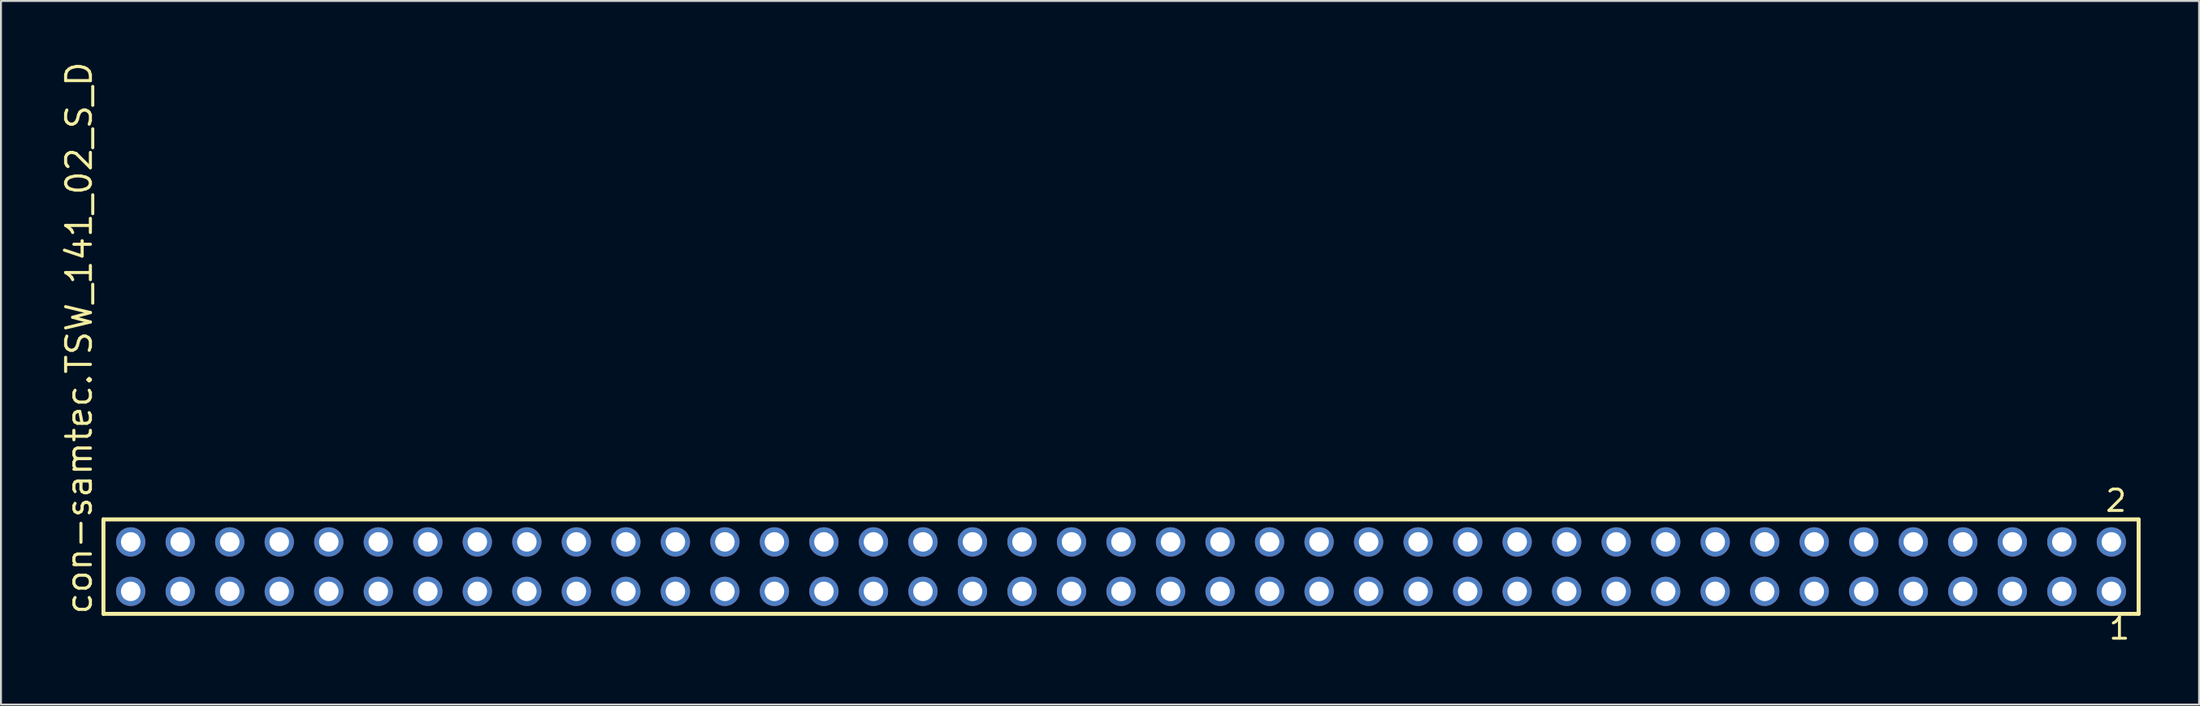
<source format=kicad_pcb>
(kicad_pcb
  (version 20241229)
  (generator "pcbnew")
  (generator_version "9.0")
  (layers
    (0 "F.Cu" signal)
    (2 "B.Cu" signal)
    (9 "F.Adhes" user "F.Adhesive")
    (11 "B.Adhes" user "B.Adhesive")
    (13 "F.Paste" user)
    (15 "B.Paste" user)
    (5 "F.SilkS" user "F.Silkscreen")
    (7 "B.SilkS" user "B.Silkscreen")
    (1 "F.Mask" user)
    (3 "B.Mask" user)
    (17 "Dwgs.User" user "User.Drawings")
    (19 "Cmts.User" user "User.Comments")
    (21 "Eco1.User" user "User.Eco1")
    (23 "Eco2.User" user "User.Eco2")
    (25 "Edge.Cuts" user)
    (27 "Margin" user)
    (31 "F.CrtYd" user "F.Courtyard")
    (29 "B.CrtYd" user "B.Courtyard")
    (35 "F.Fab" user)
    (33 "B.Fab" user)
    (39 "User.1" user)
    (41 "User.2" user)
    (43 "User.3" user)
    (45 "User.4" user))
  (footprint "con-samtec.TSW_141_02_S_D"
    (layer "F.Cu")
    (at 54.455 26.049)
    (property "Reference" "con-samtec.TSW_141_02_S_D" (at -52.705 2.54 90) (layer "F.SilkS") (effects (font (size 1.27 1.27) (thickness 0.16)) (justify left bottom)))
    (attr through_hole)
    (fp_line (start -52.199 -2.425) (end 52.199 -2.425) (stroke (width 0.203) (type default)) (layer "F.SilkS"))
    (fp_line (start -52.199 2.425) (end -52.199 -2.425) (stroke (width 0.203) (type default)) (layer "F.SilkS"))
    (fp_line (start 52.199 -2.425) (end 52.199 2.425) (stroke (width 0.203) (type default)) (layer "F.SilkS"))
    (fp_line (start 52.199 2.425) (end -52.199 2.425) (stroke (width 0.203) (type default)) (layer "F.SilkS"))
    (fp_rect (start -51.15 -0.92) (end -50.45 -1.62) (stroke (width 0.05) (type default)) (fill no) (layer "F.Fab"))
    (fp_rect (start -51.15 1.62) (end -50.45 0.92) (stroke (width 0.05) (type default)) (fill no) (layer "F.Fab"))
    (fp_rect (start -48.61 -0.92) (end -47.91 -1.62) (stroke (width 0.05) (type default)) (fill no) (layer "F.Fab"))
    (fp_rect (start -48.61 1.62) (end -47.91 0.92) (stroke (width 0.05) (type default)) (fill no) (layer "F.Fab"))
    (fp_rect (start -46.07 -0.92) (end -45.37 -1.62) (stroke (width 0.05) (type default)) (fill no) (layer "F.Fab"))
    (fp_rect (start -46.07 1.62) (end -45.37 0.92) (stroke (width 0.05) (type default)) (fill no) (layer "F.Fab"))
    (fp_rect (start -43.53 -0.92) (end -42.83 -1.62) (stroke (width 0.05) (type default)) (fill no) (layer "F.Fab"))
    (fp_rect (start -43.53 1.62) (end -42.83 0.92) (stroke (width 0.05) (type default)) (fill no) (layer "F.Fab"))
    (fp_rect (start -40.99 -0.92) (end -40.29 -1.62) (stroke (width 0.05) (type default)) (fill no) (layer "F.Fab"))
    (fp_rect (start -40.99 1.62) (end -40.29 0.92) (stroke (width 0.05) (type default)) (fill no) (layer "F.Fab"))
    (fp_rect (start -38.45 -0.92) (end -37.75 -1.62) (stroke (width 0.05) (type default)) (fill no) (layer "F.Fab"))
    (fp_rect (start -38.45 1.62) (end -37.75 0.92) (stroke (width 0.05) (type default)) (fill no) (layer "F.Fab"))
    (fp_rect (start -35.91 -0.92) (end -35.21 -1.62) (stroke (width 0.05) (type default)) (fill no) (layer "F.Fab"))
    (fp_rect (start -35.91 1.62) (end -35.21 0.92) (stroke (width 0.05) (type default)) (fill no) (layer "F.Fab"))
    (fp_rect (start -33.37 -0.92) (end -32.67 -1.62) (stroke (width 0.05) (type default)) (fill no) (layer "F.Fab"))
    (fp_rect (start -33.37 1.62) (end -32.67 0.92) (stroke (width 0.05) (type default)) (fill no) (layer "F.Fab"))
    (fp_rect (start -30.83 -0.92) (end -30.13 -1.62) (stroke (width 0.05) (type default)) (fill no) (layer "F.Fab"))
    (fp_rect (start -30.83 1.62) (end -30.13 0.92) (stroke (width 0.05) (type default)) (fill no) (layer "F.Fab"))
    (fp_rect (start -28.29 -0.92) (end -27.59 -1.62) (stroke (width 0.05) (type default)) (fill no) (layer "F.Fab"))
    (fp_rect (start -28.29 1.62) (end -27.59 0.92) (stroke (width 0.05) (type default)) (fill no) (layer "F.Fab"))
    (fp_rect (start -25.75 -0.92) (end -25.05 -1.62) (stroke (width 0.05) (type default)) (fill no) (layer "F.Fab"))
    (fp_rect (start -25.75 1.62) (end -25.05 0.92) (stroke (width 0.05) (type default)) (fill no) (layer "F.Fab"))
    (fp_rect (start -23.21 -0.92) (end -22.51 -1.62) (stroke (width 0.05) (type default)) (fill no) (layer "F.Fab"))
    (fp_rect (start -23.21 1.62) (end -22.51 0.92) (stroke (width 0.05) (type default)) (fill no) (layer "F.Fab"))
    (fp_rect (start -20.67 -0.92) (end -19.97 -1.62) (stroke (width 0.05) (type default)) (fill no) (layer "F.Fab"))
    (fp_rect (start -20.67 1.62) (end -19.97 0.92) (stroke (width 0.05) (type default)) (fill no) (layer "F.Fab"))
    (fp_rect (start -18.13 -0.92) (end -17.43 -1.62) (stroke (width 0.05) (type default)) (fill no) (layer "F.Fab"))
    (fp_rect (start -18.13 1.62) (end -17.43 0.92) (stroke (width 0.05) (type default)) (fill no) (layer "F.Fab"))
    (fp_rect (start -15.59 -0.92) (end -14.89 -1.62) (stroke (width 0.05) (type default)) (fill no) (layer "F.Fab"))
    (fp_rect (start -15.59 1.62) (end -14.89 0.92) (stroke (width 0.05) (type default)) (fill no) (layer "F.Fab"))
    (fp_rect (start -13.05 -0.92) (end -12.35 -1.62) (stroke (width 0.05) (type default)) (fill no) (layer "F.Fab"))
    (fp_rect (start -13.05 1.62) (end -12.35 0.92) (stroke (width 0.05) (type default)) (fill no) (layer "F.Fab"))
    (fp_rect (start -10.51 -0.92) (end -9.81 -1.62) (stroke (width 0.05) (type default)) (fill no) (layer "F.Fab"))
    (fp_rect (start -10.51 1.62) (end -9.81 0.92) (stroke (width 0.05) (type default)) (fill no) (layer "F.Fab"))
    (fp_rect (start -7.97 -0.92) (end -7.27 -1.62) (stroke (width 0.05) (type default)) (fill no) (layer "F.Fab"))
    (fp_rect (start -7.97 1.62) (end -7.27 0.92) (stroke (width 0.05) (type default)) (fill no) (layer "F.Fab"))
    (fp_rect (start -5.43 -0.92) (end -4.73 -1.62) (stroke (width 0.05) (type default)) (fill no) (layer "F.Fab"))
    (fp_rect (start -5.43 1.62) (end -4.73 0.92) (stroke (width 0.05) (type default)) (fill no) (layer "F.Fab"))
    (fp_rect (start -2.89 -0.92) (end -2.19 -1.62) (stroke (width 0.05) (type default)) (fill no) (layer "F.Fab"))
    (fp_rect (start -2.89 1.62) (end -2.19 0.92) (stroke (width 0.05) (type default)) (fill no) (layer "F.Fab"))
    (fp_rect (start -0.35 -0.92) (end 0.35 -1.62) (stroke (width 0.05) (type default)) (fill no) (layer "F.Fab"))
    (fp_rect (start -0.35 1.62) (end 0.35 0.92) (stroke (width 0.05) (type default)) (fill no) (layer "F.Fab"))
    (fp_rect (start 2.19 -0.92) (end 2.89 -1.62) (stroke (width 0.05) (type default)) (fill no) (layer "F.Fab"))
    (fp_rect (start 2.19 1.62) (end 2.89 0.92) (stroke (width 0.05) (type default)) (fill no) (layer "F.Fab"))
    (fp_rect (start 4.73 -0.92) (end 5.43 -1.62) (stroke (width 0.05) (type default)) (fill no) (layer "F.Fab"))
    (fp_rect (start 4.73 1.62) (end 5.43 0.92) (stroke (width 0.05) (type default)) (fill no) (layer "F.Fab"))
    (fp_rect (start 7.27 -0.92) (end 7.97 -1.62) (stroke (width 0.05) (type default)) (fill no) (layer "F.Fab"))
    (fp_rect (start 7.27 1.62) (end 7.97 0.92) (stroke (width 0.05) (type default)) (fill no) (layer "F.Fab"))
    (fp_rect (start 9.81 -0.92) (end 10.51 -1.62) (stroke (width 0.05) (type default)) (fill no) (layer "F.Fab"))
    (fp_rect (start 9.81 1.62) (end 10.51 0.92) (stroke (width 0.05) (type default)) (fill no) (layer "F.Fab"))
    (fp_rect (start 12.35 -0.92) (end 13.05 -1.62) (stroke (width 0.05) (type default)) (fill no) (layer "F.Fab"))
    (fp_rect (start 12.35 1.62) (end 13.05 0.92) (stroke (width 0.05) (type default)) (fill no) (layer "F.Fab"))
    (fp_rect (start 14.89 -0.92) (end 15.59 -1.62) (stroke (width 0.05) (type default)) (fill no) (layer "F.Fab"))
    (fp_rect (start 14.89 1.62) (end 15.59 0.92) (stroke (width 0.05) (type default)) (fill no) (layer "F.Fab"))
    (fp_rect (start 17.43 -0.92) (end 18.13 -1.62) (stroke (width 0.05) (type default)) (fill no) (layer "F.Fab"))
    (fp_rect (start 17.43 1.62) (end 18.13 0.92) (stroke (width 0.05) (type default)) (fill no) (layer "F.Fab"))
    (fp_rect (start 19.97 -0.92) (end 20.67 -1.62) (stroke (width 0.05) (type default)) (fill no) (layer "F.Fab"))
    (fp_rect (start 19.97 1.62) (end 20.67 0.92) (stroke (width 0.05) (type default)) (fill no) (layer "F.Fab"))
    (fp_rect (start 22.51 -0.92) (end 23.21 -1.62) (stroke (width 0.05) (type default)) (fill no) (layer "F.Fab"))
    (fp_rect (start 22.51 1.62) (end 23.21 0.92) (stroke (width 0.05) (type default)) (fill no) (layer "F.Fab"))
    (fp_rect (start 25.05 -0.92) (end 25.75 -1.62) (stroke (width 0.05) (type default)) (fill no) (layer "F.Fab"))
    (fp_rect (start 25.05 1.62) (end 25.75 0.92) (stroke (width 0.05) (type default)) (fill no) (layer "F.Fab"))
    (fp_rect (start 27.59 -0.92) (end 28.29 -1.62) (stroke (width 0.05) (type default)) (fill no) (layer "F.Fab"))
    (fp_rect (start 27.59 1.62) (end 28.29 0.92) (stroke (width 0.05) (type default)) (fill no) (layer "F.Fab"))
    (fp_rect (start 30.13 -0.92) (end 30.83 -1.62) (stroke (width 0.05) (type default)) (fill no) (layer "F.Fab"))
    (fp_rect (start 30.13 1.62) (end 30.83 0.92) (stroke (width 0.05) (type default)) (fill no) (layer "F.Fab"))
    (fp_rect (start 32.67 -0.92) (end 33.37 -1.62) (stroke (width 0.05) (type default)) (fill no) (layer "F.Fab"))
    (fp_rect (start 32.67 1.62) (end 33.37 0.92) (stroke (width 0.05) (type default)) (fill no) (layer "F.Fab"))
    (fp_rect (start 35.21 -0.92) (end 35.91 -1.62) (stroke (width 0.05) (type default)) (fill no) (layer "F.Fab"))
    (fp_rect (start 35.21 1.62) (end 35.91 0.92) (stroke (width 0.05) (type default)) (fill no) (layer "F.Fab"))
    (fp_rect (start 37.75 -0.92) (end 38.45 -1.62) (stroke (width 0.05) (type default)) (fill no) (layer "F.Fab"))
    (fp_rect (start 37.75 1.62) (end 38.45 0.92) (stroke (width 0.05) (type default)) (fill no) (layer "F.Fab"))
    (fp_rect (start 40.29 -0.92) (end 40.99 -1.62) (stroke (width 0.05) (type default)) (fill no) (layer "F.Fab"))
    (fp_rect (start 40.29 1.62) (end 40.99 0.92) (stroke (width 0.05) (type default)) (fill no) (layer "F.Fab"))
    (fp_rect (start 42.83 -0.92) (end 43.53 -1.62) (stroke (width 0.05) (type default)) (fill no) (layer "F.Fab"))
    (fp_rect (start 42.83 1.62) (end 43.53 0.92) (stroke (width 0.05) (type default)) (fill no) (layer "F.Fab"))
    (fp_rect (start 45.37 -0.92) (end 46.07 -1.62) (stroke (width 0.05) (type default)) (fill no) (layer "F.Fab"))
    (fp_rect (start 45.37 1.62) (end 46.07 0.92) (stroke (width 0.05) (type default)) (fill no) (layer "F.Fab"))
    (fp_rect (start 47.91 -0.92) (end 48.61 -1.62) (stroke (width 0.05) (type default)) (fill no) (layer "F.Fab"))
    (fp_rect (start 47.91 1.62) (end 48.61 0.92) (stroke (width 0.05) (type default)) (fill no) (layer "F.Fab"))
    (fp_rect (start 50.45 -0.92) (end 51.15 -1.62) (stroke (width 0.05) (type default)) (fill no) (layer "F.Fab"))
    (fp_rect (start 50.45 1.62) (end 51.15 0.92) (stroke (width 0.05) (type default)) (fill no) (layer "F.Fab"))
    (fp_text user "1" (at 50.592 3.818 0) (layer "F.SilkS") (effects (font (size 1.1 1.1) (thickness 0.15)) (justify left bottom)))
    (fp_text user "2" (at 50.417 -2.744 0) (layer "F.SilkS") (effects (font (size 1.1 1.1) (thickness 0.15)) (justify left bottom)))
    (pad "1" thru_hole circle (at 50.8 1.27 180) (size 1.5 1.5) (drill 1) (layers "*.Cu" "*.Mask"))
    (pad "2" thru_hole circle (at 50.8 -1.27 180) (size 1.5 1.5) (drill 1) (layers "*.Cu" "*.Mask"))
    (pad "3" thru_hole circle (at 48.26 1.27 180) (size 1.5 1.5) (drill 1) (layers "*.Cu" "*.Mask"))
    (pad "4" thru_hole circle (at 48.26 -1.27 180) (size 1.5 1.5) (drill 1) (layers "*.Cu" "*.Mask"))
    (pad "5" thru_hole circle (at 45.72 1.27 180) (size 1.5 1.5) (drill 1) (layers "*.Cu" "*.Mask"))
    (pad "6" thru_hole circle (at 45.72 -1.27 180) (size 1.5 1.5) (drill 1) (layers "*.Cu" "*.Mask"))
    (pad "7" thru_hole circle (at 43.18 1.27 180) (size 1.5 1.5) (drill 1) (layers "*.Cu" "*.Mask"))
    (pad "8" thru_hole circle (at 43.18 -1.27 180) (size 1.5 1.5) (drill 1) (layers "*.Cu" "*.Mask"))
    (pad "9" thru_hole circle (at 40.64 1.27 180) (size 1.5 1.5) (drill 1) (layers "*.Cu" "*.Mask"))
    (pad "10" thru_hole circle (at 40.64 -1.27 180) (size 1.5 1.5) (drill 1) (layers "*.Cu" "*.Mask"))
    (pad "11" thru_hole circle (at 38.1 1.27 180) (size 1.5 1.5) (drill 1) (layers "*.Cu" "*.Mask"))
    (pad "12" thru_hole circle (at 38.1 -1.27 180) (size 1.5 1.5) (drill 1) (layers "*.Cu" "*.Mask"))
    (pad "13" thru_hole circle (at 35.56 1.27 180) (size 1.5 1.5) (drill 1) (layers "*.Cu" "*.Mask"))
    (pad "14" thru_hole circle (at 35.56 -1.27 180) (size 1.5 1.5) (drill 1) (layers "*.Cu" "*.Mask"))
    (pad "15" thru_hole circle (at 33.02 1.27 180) (size 1.5 1.5) (drill 1) (layers "*.Cu" "*.Mask"))
    (pad "16" thru_hole circle (at 33.02 -1.27 180) (size 1.5 1.5) (drill 1) (layers "*.Cu" "*.Mask"))
    (pad "17" thru_hole circle (at 30.48 1.27 180) (size 1.5 1.5) (drill 1) (layers "*.Cu" "*.Mask"))
    (pad "18" thru_hole circle (at 30.48 -1.27 180) (size 1.5 1.5) (drill 1) (layers "*.Cu" "*.Mask"))
    (pad "19" thru_hole circle (at 27.94 1.27 180) (size 1.5 1.5) (drill 1) (layers "*.Cu" "*.Mask"))
    (pad "20" thru_hole circle (at 27.94 -1.27 180) (size 1.5 1.5) (drill 1) (layers "*.Cu" "*.Mask"))
    (pad "21" thru_hole circle (at 25.4 1.27 180) (size 1.5 1.5) (drill 1) (layers "*.Cu" "*.Mask"))
    (pad "22" thru_hole circle (at 25.4 -1.27 180) (size 1.5 1.5) (drill 1) (layers "*.Cu" "*.Mask"))
    (pad "23" thru_hole circle (at 22.86 1.27 180) (size 1.5 1.5) (drill 1) (layers "*.Cu" "*.Mask"))
    (pad "24" thru_hole circle (at 22.86 -1.27 180) (size 1.5 1.5) (drill 1) (layers "*.Cu" "*.Mask"))
    (pad "25" thru_hole circle (at 20.32 1.27 180) (size 1.5 1.5) (drill 1) (layers "*.Cu" "*.Mask"))
    (pad "26" thru_hole circle (at 20.32 -1.27 180) (size 1.5 1.5) (drill 1) (layers "*.Cu" "*.Mask"))
    (pad "27" thru_hole circle (at 17.78 1.27 180) (size 1.5 1.5) (drill 1) (layers "*.Cu" "*.Mask"))
    (pad "28" thru_hole circle (at 17.78 -1.27 180) (size 1.5 1.5) (drill 1) (layers "*.Cu" "*.Mask"))
    (pad "29" thru_hole circle (at 15.24 1.27 180) (size 1.5 1.5) (drill 1) (layers "*.Cu" "*.Mask"))
    (pad "30" thru_hole circle (at 15.24 -1.27 180) (size 1.5 1.5) (drill 1) (layers "*.Cu" "*.Mask"))
    (pad "31" thru_hole circle (at 12.7 1.27 180) (size 1.5 1.5) (drill 1) (layers "*.Cu" "*.Mask"))
    (pad "32" thru_hole circle (at 12.7 -1.27 180) (size 1.5 1.5) (drill 1) (layers "*.Cu" "*.Mask"))
    (pad "33" thru_hole circle (at 10.16 1.27 180) (size 1.5 1.5) (drill 1) (layers "*.Cu" "*.Mask"))
    (pad "34" thru_hole circle (at 10.16 -1.27 180) (size 1.5 1.5) (drill 1) (layers "*.Cu" "*.Mask"))
    (pad "35" thru_hole circle (at 7.62 1.27 180) (size 1.5 1.5) (drill 1) (layers "*.Cu" "*.Mask"))
    (pad "36" thru_hole circle (at 7.62 -1.27 180) (size 1.5 1.5) (drill 1) (layers "*.Cu" "*.Mask"))
    (pad "37" thru_hole circle (at 5.08 1.27 180) (size 1.5 1.5) (drill 1) (layers "*.Cu" "*.Mask"))
    (pad "38" thru_hole circle (at 5.08 -1.27 180) (size 1.5 1.5) (drill 1) (layers "*.Cu" "*.Mask"))
    (pad "39" thru_hole circle (at 2.54 1.27 180) (size 1.5 1.5) (drill 1) (layers "*.Cu" "*.Mask"))
    (pad "40" thru_hole circle (at 2.54 -1.27 180) (size 1.5 1.5) (drill 1) (layers "*.Cu" "*.Mask"))
    (pad "41" thru_hole circle (at 0 1.27 180) (size 1.5 1.5) (drill 1) (layers "*.Cu" "*.Mask"))
    (pad "42" thru_hole circle (at 0 -1.27 180) (size 1.5 1.5) (drill 1) (layers "*.Cu" "*.Mask"))
    (pad "43" thru_hole circle (at -2.54 1.27 180) (size 1.5 1.5) (drill 1) (layers "*.Cu" "*.Mask"))
    (pad "44" thru_hole circle (at -2.54 -1.27 180) (size 1.5 1.5) (drill 1) (layers "*.Cu" "*.Mask"))
    (pad "45" thru_hole circle (at -5.08 1.27 180) (size 1.5 1.5) (drill 1) (layers "*.Cu" "*.Mask"))
    (pad "46" thru_hole circle (at -5.08 -1.27 180) (size 1.5 1.5) (drill 1) (layers "*.Cu" "*.Mask"))
    (pad "47" thru_hole circle (at -7.62 1.27 180) (size 1.5 1.5) (drill 1) (layers "*.Cu" "*.Mask"))
    (pad "48" thru_hole circle (at -7.62 -1.27 180) (size 1.5 1.5) (drill 1) (layers "*.Cu" "*.Mask"))
    (pad "49" thru_hole circle (at -10.16 1.27 180) (size 1.5 1.5) (drill 1) (layers "*.Cu" "*.Mask"))
    (pad "50" thru_hole circle (at -10.16 -1.27 180) (size 1.5 1.5) (drill 1) (layers "*.Cu" "*.Mask"))
    (pad "51" thru_hole circle (at -12.7 1.27 180) (size 1.5 1.5) (drill 1) (layers "*.Cu" "*.Mask"))
    (pad "52" thru_hole circle (at -12.7 -1.27 180) (size 1.5 1.5) (drill 1) (layers "*.Cu" "*.Mask"))
    (pad "53" thru_hole circle (at -15.24 1.27 180) (size 1.5 1.5) (drill 1) (layers "*.Cu" "*.Mask"))
    (pad "54" thru_hole circle (at -15.24 -1.27 180) (size 1.5 1.5) (drill 1) (layers "*.Cu" "*.Mask"))
    (pad "55" thru_hole circle (at -17.78 1.27 180) (size 1.5 1.5) (drill 1) (layers "*.Cu" "*.Mask"))
    (pad "56" thru_hole circle (at -17.78 -1.27 180) (size 1.5 1.5) (drill 1) (layers "*.Cu" "*.Mask"))
    (pad "57" thru_hole circle (at -20.32 1.27 180) (size 1.5 1.5) (drill 1) (layers "*.Cu" "*.Mask"))
    (pad "58" thru_hole circle (at -20.32 -1.27 180) (size 1.5 1.5) (drill 1) (layers "*.Cu" "*.Mask"))
    (pad "59" thru_hole circle (at -22.86 1.27 180) (size 1.5 1.5) (drill 1) (layers "*.Cu" "*.Mask"))
    (pad "60" thru_hole circle (at -22.86 -1.27 180) (size 1.5 1.5) (drill 1) (layers "*.Cu" "*.Mask"))
    (pad "61" thru_hole circle (at -25.4 1.27 180) (size 1.5 1.5) (drill 1) (layers "*.Cu" "*.Mask"))
    (pad "62" thru_hole circle (at -25.4 -1.27 180) (size 1.5 1.5) (drill 1) (layers "*.Cu" "*.Mask"))
    (pad "63" thru_hole circle (at -27.94 1.27 180) (size 1.5 1.5) (drill 1) (layers "*.Cu" "*.Mask"))
    (pad "64" thru_hole circle (at -27.94 -1.27 180) (size 1.5 1.5) (drill 1) (layers "*.Cu" "*.Mask"))
    (pad "65" thru_hole circle (at -30.48 1.27 180) (size 1.5 1.5) (drill 1) (layers "*.Cu" "*.Mask"))
    (pad "66" thru_hole circle (at -30.48 -1.27 180) (size 1.5 1.5) (drill 1) (layers "*.Cu" "*.Mask"))
    (pad "67" thru_hole circle (at -33.02 1.27 180) (size 1.5 1.5) (drill 1) (layers "*.Cu" "*.Mask"))
    (pad "68" thru_hole circle (at -33.02 -1.27 180) (size 1.5 1.5) (drill 1) (layers "*.Cu" "*.Mask"))
    (pad "69" thru_hole circle (at -35.56 1.27 180) (size 1.5 1.5) (drill 1) (layers "*.Cu" "*.Mask"))
    (pad "70" thru_hole circle (at -35.56 -1.27 180) (size 1.5 1.5) (drill 1) (layers "*.Cu" "*.Mask"))
    (pad "71" thru_hole circle (at -38.1 1.27 180) (size 1.5 1.5) (drill 1) (layers "*.Cu" "*.Mask"))
    (pad "72" thru_hole circle (at -38.1 -1.27 180) (size 1.5 1.5) (drill 1) (layers "*.Cu" "*.Mask"))
    (pad "73" thru_hole circle (at -40.64 1.27 180) (size 1.5 1.5) (drill 1) (layers "*.Cu" "*.Mask"))
    (pad "74" thru_hole circle (at -40.64 -1.27 180) (size 1.5 1.5) (drill 1) (layers "*.Cu" "*.Mask"))
    (pad "75" thru_hole circle (at -43.18 1.27 180) (size 1.5 1.5) (drill 1) (layers "*.Cu" "*.Mask"))
    (pad "76" thru_hole circle (at -43.18 -1.27 180) (size 1.5 1.5) (drill 1) (layers "*.Cu" "*.Mask"))
    (pad "77" thru_hole circle (at -45.72 1.27 180) (size 1.5 1.5) (drill 1) (layers "*.Cu" "*.Mask"))
    (pad "78" thru_hole circle (at -45.72 -1.27 180) (size 1.5 1.5) (drill 1) (layers "*.Cu" "*.Mask"))
    (pad "79" thru_hole circle (at -48.26 1.27 180) (size 1.5 1.5) (drill 1) (layers "*.Cu" "*.Mask"))
    (pad "80" thru_hole circle (at -48.26 -1.27 180) (size 1.5 1.5) (drill 1) (layers "*.Cu" "*.Mask"))
    (pad "81" thru_hole circle (at -50.8 1.27 180) (size 1.5 1.5) (drill 1) (layers "*.Cu" "*.Mask"))
    (pad "82" thru_hole circle (at -50.8 -1.27 180) (size 1.5 1.5) (drill 1) (layers "*.Cu" "*.Mask")))
  (gr_rect
    (start -3 -3)
    (end 109.756 33.131)
    (stroke (width 0.1) (type default))
    (fill no)
    (layer "Edge.Cuts")))
</source>
